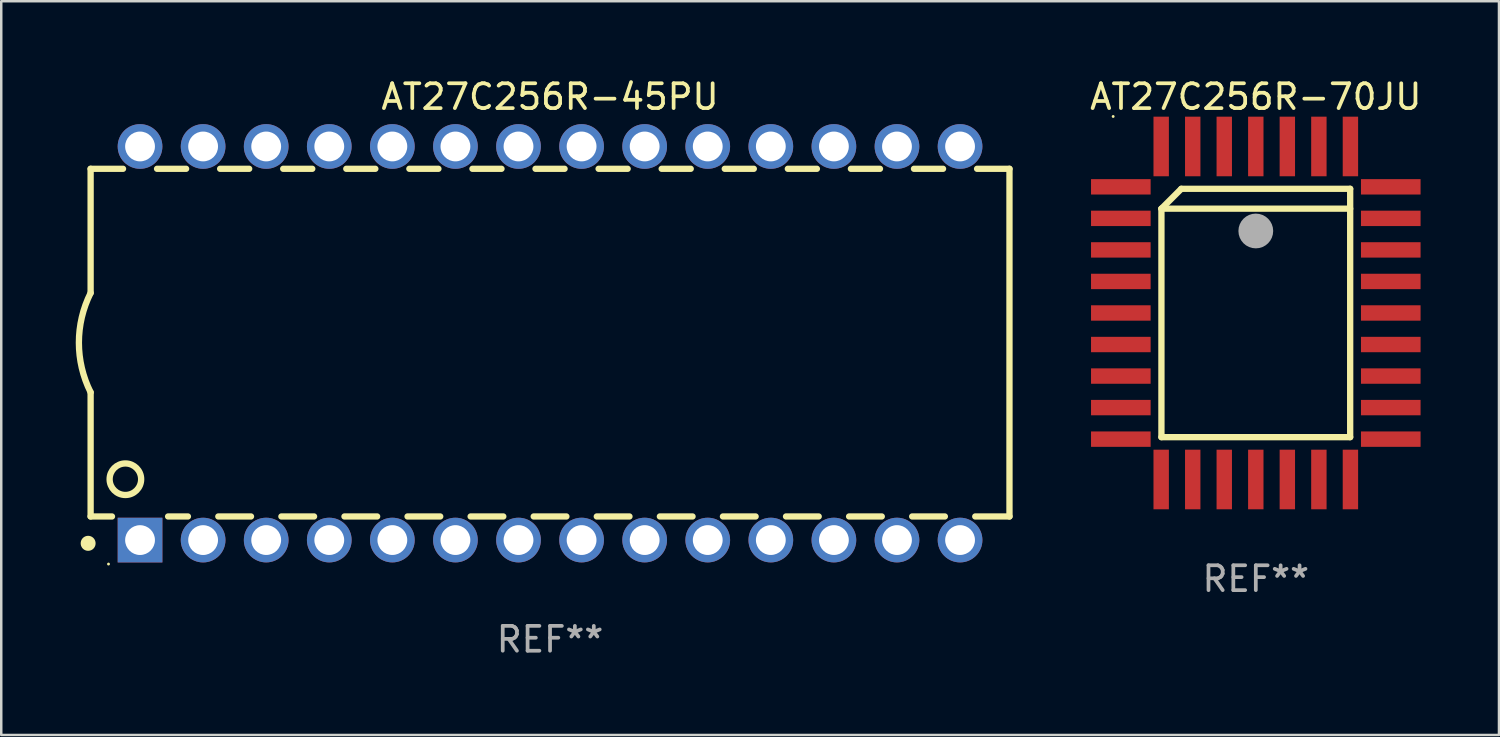
<source format=kicad_pcb>
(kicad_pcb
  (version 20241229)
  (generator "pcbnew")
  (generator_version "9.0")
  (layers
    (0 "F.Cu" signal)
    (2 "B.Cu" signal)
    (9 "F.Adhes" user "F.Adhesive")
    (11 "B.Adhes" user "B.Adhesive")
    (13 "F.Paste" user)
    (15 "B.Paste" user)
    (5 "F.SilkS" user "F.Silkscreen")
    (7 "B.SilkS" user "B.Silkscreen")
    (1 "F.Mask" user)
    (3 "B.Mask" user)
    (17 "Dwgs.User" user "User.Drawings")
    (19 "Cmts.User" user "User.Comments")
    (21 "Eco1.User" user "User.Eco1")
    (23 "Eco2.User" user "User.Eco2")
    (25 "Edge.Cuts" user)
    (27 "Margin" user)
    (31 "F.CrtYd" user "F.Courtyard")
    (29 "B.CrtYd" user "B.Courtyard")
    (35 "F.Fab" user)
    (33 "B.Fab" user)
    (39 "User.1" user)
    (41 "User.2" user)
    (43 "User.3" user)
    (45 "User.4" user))
  (footprint "AT27C256R-45PU"
    (layer "F.Cu")
    (at 19.099 10.773)
    (property "Reference" "AT27C256R-45PU" (at 0 -9.925 0) (layer "F.SilkS") (effects (font (size 1 1) (thickness 0.15))))
    (attr through_hole)
    (fp_line (start -18.5 -7.026) (end -18.5 -2.026) (stroke (width 0.254) (type solid)) (layer "F.SilkS"))
    (fp_line (start -18.5 1.974) (end -18.5 6.974) (stroke (width 0.254) (type solid)) (layer "F.SilkS"))
    (fp_line (start -17.64 6.974) (end -18.5 6.974) (stroke (width 0.254) (type solid)) (layer "F.SilkS"))
    (fp_line (start -17.195 -7.026) (end -18.5 -7.026) (stroke (width 0.254) (type solid)) (layer "F.SilkS"))
    (fp_line (start -14.655 -7.026) (end -15.825 -7.026) (stroke (width 0.254) (type solid)) (layer "F.SilkS"))
    (fp_line (start -14.582 6.974) (end -15.38 6.974) (stroke (width 0.254) (type solid)) (layer "F.SilkS"))
    (fp_line (start -12.115 -7.026) (end -13.285 -7.026) (stroke (width 0.254) (type solid)) (layer "F.SilkS"))
    (fp_line (start -12.042 6.974) (end -13.358 6.974) (stroke (width 0.254) (type solid)) (layer "F.SilkS"))
    (fp_line (start -9.575 -7.026) (end -10.745 -7.026) (stroke (width 0.254) (type solid)) (layer "F.SilkS"))
    (fp_line (start -9.502 6.974) (end -10.818 6.974) (stroke (width 0.254) (type solid)) (layer "F.SilkS"))
    (fp_line (start -7.035 -7.026) (end -8.205 -7.026) (stroke (width 0.254) (type solid)) (layer "F.SilkS"))
    (fp_line (start -6.962 6.974) (end -8.278 6.974) (stroke (width 0.254) (type solid)) (layer "F.SilkS"))
    (fp_line (start -4.495 -7.026) (end -5.665 -7.026) (stroke (width 0.254) (type solid)) (layer "F.SilkS"))
    (fp_line (start -4.422 6.974) (end -5.738 6.974) (stroke (width 0.254) (type solid)) (layer "F.SilkS"))
    (fp_line (start -1.955 -7.026) (end -3.125 -7.026) (stroke (width 0.254) (type solid)) (layer "F.SilkS"))
    (fp_line (start -1.882 6.974) (end -3.198 6.974) (stroke (width 0.254) (type solid)) (layer "F.SilkS"))
    (fp_line (start 0.585 -7.026) (end -0.585 -7.026) (stroke (width 0.254) (type solid)) (layer "F.SilkS"))
    (fp_line (start 0.658 6.974) (end -0.658 6.974) (stroke (width 0.254) (type solid)) (layer "F.SilkS"))
    (fp_line (start 3.125 -7.026) (end 1.955 -7.026) (stroke (width 0.254) (type solid)) (layer "F.SilkS"))
    (fp_line (start 3.198 6.974) (end 1.882 6.974) (stroke (width 0.254) (type solid)) (layer "F.SilkS"))
    (fp_line (start 5.665 -7.026) (end 4.495 -7.026) (stroke (width 0.254) (type solid)) (layer "F.SilkS"))
    (fp_line (start 5.738 6.974) (end 4.422 6.974) (stroke (width 0.254) (type solid)) (layer "F.SilkS"))
    (fp_line (start 8.205 -7.026) (end 7.035 -7.026) (stroke (width 0.254) (type solid)) (layer "F.SilkS"))
    (fp_line (start 8.278 6.974) (end 6.962 6.974) (stroke (width 0.254) (type solid)) (layer "F.SilkS"))
    (fp_line (start 10.745 -7.026) (end 9.575 -7.026) (stroke (width 0.254) (type solid)) (layer "F.SilkS"))
    (fp_line (start 10.818 6.974) (end 9.502 6.974) (stroke (width 0.254) (type solid)) (layer "F.SilkS"))
    (fp_line (start 13.285 -7.026) (end 12.115 -7.026) (stroke (width 0.254) (type solid)) (layer "F.SilkS"))
    (fp_line (start 13.358 6.974) (end 12.042 6.974) (stroke (width 0.254) (type solid)) (layer "F.SilkS"))
    (fp_line (start 15.825 -7.026) (end 14.655 -7.026) (stroke (width 0.254) (type solid)) (layer "F.SilkS"))
    (fp_line (start 15.898 6.974) (end 14.582 6.974) (stroke (width 0.254) (type solid)) (layer "F.SilkS"))
    (fp_line (start 18.5 -7.026) (end 17.195 -7.026) (stroke (width 0.254) (type solid)) (layer "F.SilkS"))
    (fp_line (start 18.5 6.974) (end 17.122 6.974) (stroke (width 0.254) (type solid)) (layer "F.SilkS"))
    (fp_line (start 18.5 6.974) (end 18.5 -7.026) (stroke (width 0.254) (type solid)) (layer "F.SilkS"))
    (fp_arc (start -18.599924 8.057734) (mid -18.599935 8.055207) (end -18.599924 8.052679) (stroke (width 0.6) (type solid)) (layer "F.SilkS"))
    (fp_arc (start -18.500051 1.974346) (mid -18.972187 -0.025654) (end -18.500051 -2.025654) (stroke (width 0.254001) (type solid)) (layer "F.SilkS"))
    (fp_circle (center -17.78 8.89) (end -17.75 8.89) (stroke (width 0.06) (type solid)) (fill no) (layer "F.SilkS"))
    (fp_circle (center -17.1 5.474) (end -16.465 5.474) (stroke (width 0.254) (type solid)) (fill no) (layer "F.SilkS"))
    (fp_text user "REF**" (at 0 11.925 0) (layer "F.Fab") (effects (font (size 1 1) (thickness 0.15))))
    (pad "1" thru_hole rect (at -16.51 7.925) (size 1.8 1.8) (drill 1.2) (layers "*.Cu" "*.Mask"))
    (pad "2" thru_hole circle (at -13.97 7.925) (size 1.8 1.8) (drill 1.2) (layers "*.Cu" "*.Mask"))
    (pad "3" thru_hole circle (at -11.43 7.924) (size 1.8 1.8) (drill 1.2) (layers "*.Cu" "*.Mask"))
    (pad "4" thru_hole circle (at -8.89 7.924) (size 1.8 1.8) (drill 1.2) (layers "*.Cu" "*.Mask"))
    (pad "5" thru_hole circle (at -6.35 7.924) (size 1.8 1.8) (drill 1.2) (layers "*.Cu" "*.Mask"))
    (pad "6" thru_hole circle (at -3.81 7.924) (size 1.8 1.8) (drill 1.2) (layers "*.Cu" "*.Mask"))
    (pad "7" thru_hole circle (at -1.27 7.924) (size 1.8 1.8) (drill 1.2) (layers "*.Cu" "*.Mask"))
    (pad "8" thru_hole circle (at 1.27 7.924) (size 1.8 1.8) (drill 1.2) (layers "*.Cu" "*.Mask"))
    (pad "9" thru_hole circle (at 3.81 7.924) (size 1.8 1.8) (drill 1.2) (layers "*.Cu" "*.Mask"))
    (pad "10" thru_hole circle (at 6.35 7.924) (size 1.8 1.8) (drill 1.2) (layers "*.Cu" "*.Mask"))
    (pad "11" thru_hole circle (at 8.89 7.924) (size 1.8 1.8) (drill 1.2) (layers "*.Cu" "*.Mask"))
    (pad "12" thru_hole circle (at 11.43 7.924) (size 1.8 1.8) (drill 1.2) (layers "*.Cu" "*.Mask"))
    (pad "13" thru_hole circle (at 13.97 7.924) (size 1.8 1.8) (drill 1.2) (layers "*.Cu" "*.Mask"))
    (pad "14" thru_hole circle (at 16.51 7.924) (size 1.8 1.8) (drill 1.2) (layers "*.Cu" "*.Mask"))
    (pad "15" thru_hole circle (at 16.51 -7.925) (size 1.8 1.8) (drill 1.2) (layers "*.Cu" "*.Mask"))
    (pad "16" thru_hole circle (at 13.97 -7.925) (size 1.8 1.8) (drill 1.2) (layers "*.Cu" "*.Mask"))
    (pad "17" thru_hole circle (at 11.43 -7.925) (size 1.8 1.8) (drill 1.2) (layers "*.Cu" "*.Mask"))
    (pad "18" thru_hole circle (at 8.89 -7.925) (size 1.8 1.8) (drill 1.2) (layers "*.Cu" "*.Mask"))
    (pad "19" thru_hole circle (at 6.35 -7.925) (size 1.8 1.8) (drill 1.2) (layers "*.Cu" "*.Mask"))
    (pad "20" thru_hole circle (at 3.81 -7.925) (size 1.8 1.8) (drill 1.2) (layers "*.Cu" "*.Mask"))
    (pad "21" thru_hole circle (at 1.27 -7.925) (size 1.8 1.8) (drill 1.2) (layers "*.Cu" "*.Mask"))
    (pad "22" thru_hole circle (at -1.27 -7.925) (size 1.8 1.8) (drill 1.2) (layers "*.Cu" "*.Mask"))
    (pad "23" thru_hole circle (at -3.81 -7.925) (size 1.8 1.8) (drill 1.2) (layers "*.Cu" "*.Mask"))
    (pad "24" thru_hole circle (at -6.35 -7.925) (size 1.8 1.8) (drill 1.2) (layers "*.Cu" "*.Mask"))
    (pad "25" thru_hole circle (at -8.89 -7.925) (size 1.8 1.8) (drill 1.2) (layers "*.Cu" "*.Mask"))
    (pad "26" thru_hole circle (at -11.43 -7.925) (size 1.8 1.8) (drill 1.2) (layers "*.Cu" "*.Mask"))
    (pad "27" thru_hole circle (at -13.97 -7.925) (size 1.8 1.8) (drill 1.2) (layers "*.Cu" "*.Mask"))
    (pad "28" thru_hole circle (at -16.51 -7.925) (size 1.8 1.8) (drill 1.2) (layers "*.Cu" "*.Mask")))
  (footprint "AT27C256R-70JU"
    (layer "F.Cu")
    (at 47.518 9.553)
    (property "Reference" "AT27C256R-70JU" (at 0 -8.705 0) (layer "F.SilkS") (effects (font (size 1 1) (thickness 0.15))))
    (attr through_hole)
    (fp_line (start -3.8 -4.2) (end -3 -5) (stroke (width 0.254) (type solid)) (layer "F.SilkS"))
    (fp_line (start -3.8 -4.2) (end 3.8 -4.2) (stroke (width 0.254) (type solid)) (layer "F.SilkS"))
    (fp_line (start -3.8 5) (end -3.8 -4.2) (stroke (width 0.254) (type solid)) (layer "F.SilkS"))
    (fp_line (start -3 -5) (end 3.8 -5) (stroke (width 0.254) (type solid)) (layer "F.SilkS"))
    (fp_line (start 3.8 -5) (end 3.8 5) (stroke (width 0.254) (type solid)) (layer "F.SilkS"))
    (fp_line (start 3.8 5) (end -3.8 5) (stroke (width 0.254) (type solid)) (layer "F.SilkS"))
    (fp_arc (start 0.299721 -3.294387) (mid 0.29971 -3.296927) (end 0.299721 -3.299467) (stroke (width 0.6) (type solid)) (layer "F.SilkS"))
    (fp_circle (center -5.744 -7.913) (end -5.714 -7.913) (stroke (width 0.06) (type solid)) (fill no) (layer "F.SilkS"))
    (fp_circle (center 0 -3.302) (end 0.35 -3.302) (stroke (width 0.7) (type solid)) (fill no) (layer "F.Fab"))
    (fp_text user "REF**" (at 0 10.705 0) (layer "F.Fab") (effects (font (size 1 1) (thickness 0.15))))
    (pad "1" smd rect (at 0 -6.705 180) (size 0.62 2.4) (layers "F.Cu" "F.Mask" "F.Paste"))
    (pad "2" smd rect (at -1.27 -6.705 180) (size 0.62 2.4) (layers "F.Cu" "F.Mask" "F.Paste"))
    (pad "3" smd rect (at -2.54 -6.705 180) (size 0.62 2.4) (layers "F.Cu" "F.Mask" "F.Paste"))
    (pad "4" smd rect (at -3.81 -6.705 180) (size 0.62 2.4) (layers "F.Cu" "F.Mask" "F.Paste"))
    (pad "5" smd rect (at -5.435 -5.08 270) (size 0.62 2.4) (layers "F.Cu" "F.Mask" "F.Paste"))
    (pad "6" smd rect (at -5.435 -3.81 270) (size 0.62 2.4) (layers "F.Cu" "F.Mask" "F.Paste"))
    (pad "7" smd rect (at -5.435 -2.54 270) (size 0.62 2.4) (layers "F.Cu" "F.Mask" "F.Paste"))
    (pad "8" smd rect (at -5.435 -1.27 270) (size 0.62 2.4) (layers "F.Cu" "F.Mask" "F.Paste"))
    (pad "9" smd rect (at -5.435 0 270) (size 0.62 2.4) (layers "F.Cu" "F.Mask" "F.Paste"))
    (pad "10" smd rect (at -5.435 1.27 270) (size 0.62 2.4) (layers "F.Cu" "F.Mask" "F.Paste"))
    (pad "11" smd rect (at -5.435 2.54 270) (size 0.62 2.4) (layers "F.Cu" "F.Mask" "F.Paste"))
    (pad "12" smd rect (at -5.435 3.81 270) (size 0.62 2.4) (layers "F.Cu" "F.Mask" "F.Paste"))
    (pad "13" smd rect (at -5.435 5.08 270) (size 0.62 2.4) (layers "F.Cu" "F.Mask" "F.Paste"))
    (pad "14" smd rect (at -3.81 6.705) (size 0.62 2.4) (layers "F.Cu" "F.Mask" "F.Paste"))
    (pad "15" smd rect (at -2.54 6.705) (size 0.62 2.4) (layers "F.Cu" "F.Mask" "F.Paste"))
    (pad "16" smd rect (at -1.27 6.705) (size 0.62 2.4) (layers "F.Cu" "F.Mask" "F.Paste"))
    (pad "17" smd rect (at 0 6.705) (size 0.62 2.4) (layers "F.Cu" "F.Mask" "F.Paste"))
    (pad "18" smd rect (at 1.27 6.705) (size 0.62 2.4) (layers "F.Cu" "F.Mask" "F.Paste"))
    (pad "19" smd rect (at 2.54 6.705) (size 0.62 2.4) (layers "F.Cu" "F.Mask" "F.Paste"))
    (pad "20" smd rect (at 3.81 6.705) (size 0.62 2.4) (layers "F.Cu" "F.Mask" "F.Paste"))
    (pad "21" smd rect (at 5.435 5.08 90) (size 0.62 2.4) (layers "F.Cu" "F.Mask" "F.Paste"))
    (pad "22" smd rect (at 5.435 3.81 90) (size 0.62 2.4) (layers "F.Cu" "F.Mask" "F.Paste"))
    (pad "23" smd rect (at 5.435 2.54 90) (size 0.62 2.4) (layers "F.Cu" "F.Mask" "F.Paste"))
    (pad "24" smd rect (at 5.435 1.27 90) (size 0.62 2.4) (layers "F.Cu" "F.Mask" "F.Paste"))
    (pad "25" smd rect (at 5.435 0 90) (size 0.62 2.4) (layers "F.Cu" "F.Mask" "F.Paste"))
    (pad "26" smd rect (at 5.435 -1.27 90) (size 0.62 2.4) (layers "F.Cu" "F.Mask" "F.Paste"))
    (pad "27" smd rect (at 5.435 -2.54 90) (size 0.62 2.4) (layers "F.Cu" "F.Mask" "F.Paste"))
    (pad "28" smd rect (at 5.435 -3.81 90) (size 0.62 2.4) (layers "F.Cu" "F.Mask" "F.Paste"))
    (pad "29" smd rect (at 5.435 -5.08 90) (size 0.62 2.4) (layers "F.Cu" "F.Mask" "F.Paste"))
    (pad "30" smd rect (at 3.81 -6.705) (size 0.62 2.4) (layers "F.Cu" "F.Mask" "F.Paste"))
    (pad "31" smd rect (at 2.54 -6.705) (size 0.62 2.4) (layers "F.Cu" "F.Mask" "F.Paste"))
    (pad "32" smd rect (at 1.27 -6.705) (size 0.62 2.4) (layers "F.Cu" "F.Mask" "F.Paste")))
  (gr_rect
    (start -3 -3)
    (end 57.31 26.546)
    (stroke (width 0.1) (type default))
    (fill no)
    (layer "Edge.Cuts")))
</source>
